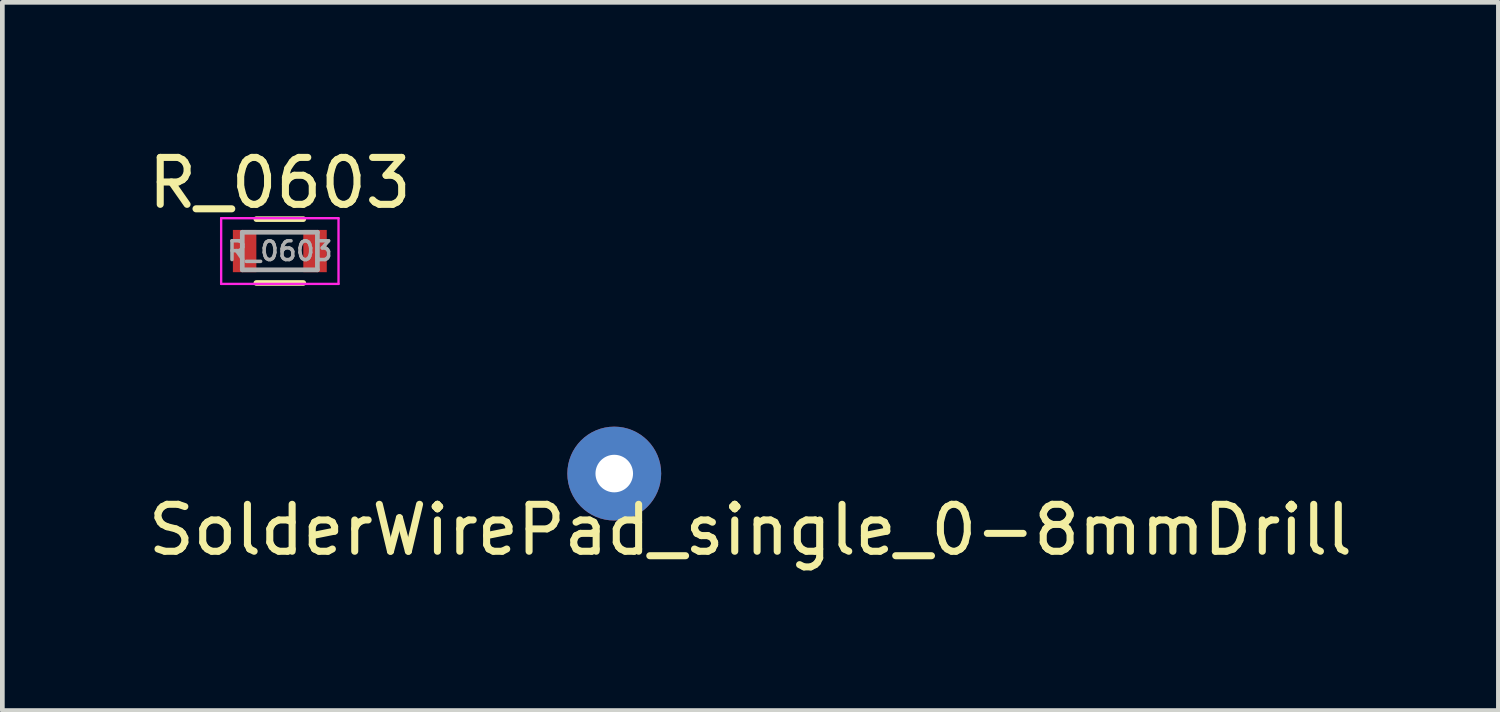
<source format=kicad_pcb>
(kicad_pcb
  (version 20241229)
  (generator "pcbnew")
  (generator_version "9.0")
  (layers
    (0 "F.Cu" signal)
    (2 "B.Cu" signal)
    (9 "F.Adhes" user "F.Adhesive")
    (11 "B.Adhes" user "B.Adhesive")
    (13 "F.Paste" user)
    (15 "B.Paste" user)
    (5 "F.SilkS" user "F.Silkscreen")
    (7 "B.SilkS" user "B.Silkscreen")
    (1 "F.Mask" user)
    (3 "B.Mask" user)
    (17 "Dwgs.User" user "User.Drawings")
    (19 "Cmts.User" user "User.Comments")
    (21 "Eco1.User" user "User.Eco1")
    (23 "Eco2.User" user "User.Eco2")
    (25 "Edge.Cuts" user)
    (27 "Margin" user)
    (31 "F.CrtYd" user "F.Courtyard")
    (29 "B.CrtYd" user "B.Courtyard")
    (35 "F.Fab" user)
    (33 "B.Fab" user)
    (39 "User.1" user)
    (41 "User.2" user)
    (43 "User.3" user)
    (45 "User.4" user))
  (footprint "SolderWirePad_single_0-8mmDrill"
    (layer "F.Cu")
    (at 10.035 7.038)
    (property "Reference" "SolderWirePad_single_0-8mmDrill" (at 2.9 1.2 0) (layer "F.SilkS") (effects (font (size 1 1) (thickness 0.15))))
    (attr through_hole)
    (pad "1" thru_hole circle (at 0 0) (size 1.999 1.999) (drill 0.8) (layers "*.Cu" "*.Mask")))
  (footprint "R_0603"
    (layer "F.Cu")
    (at 2.911 2.298)
    (property "Reference" "R_0603" (at 0 -1.45 0) (layer "F.SilkS") (effects (font (size 1 1) (thickness 0.15))))
    (attr smd)
    (fp_line (start -0.5 -0.68) (end 0.5 -0.68) (stroke (width 0.12) (type solid)) (layer "F.SilkS"))
    (fp_line (start 0.5 0.68) (end -0.5 0.68) (stroke (width 0.12) (type solid)) (layer "F.SilkS"))
    (fp_line (start -1.25 -0.7) (end -1.25 0.7) (stroke (width 0.05) (type solid)) (layer "F.CrtYd"))
    (fp_line (start -1.25 -0.7) (end 1.25 -0.7) (stroke (width 0.05) (type solid)) (layer "F.CrtYd"))
    (fp_line (start 1.25 0.7) (end -1.25 0.7) (stroke (width 0.05) (type solid)) (layer "F.CrtYd"))
    (fp_line (start 1.25 0.7) (end 1.25 -0.7) (stroke (width 0.05) (type solid)) (layer "F.CrtYd"))
    (fp_line (start -0.8 -0.4) (end 0.8 -0.4) (stroke (width 0.1) (type solid)) (layer "F.Fab"))
    (fp_line (start -0.8 0.4) (end -0.8 -0.4) (stroke (width 0.1) (type solid)) (layer "F.Fab"))
    (fp_line (start 0.8 -0.4) (end 0.8 0.4) (stroke (width 0.1) (type solid)) (layer "F.Fab"))
    (fp_line (start 0.8 0.4) (end -0.8 0.4) (stroke (width 0.1) (type solid)) (layer "F.Fab"))
    (fp_text user "${REFERENCE}" (at 0 0 0) (layer "F.Fab") (effects (font (size 0.4 0.4) (thickness 0.075))))
    (pad "1" smd rect (at -0.75 0) (size 0.5 0.9) (layers "F.Cu" "F.Mask" "F.Paste"))
    (pad "2" smd rect (at 0.75 0) (size 0.5 0.9) (layers "F.Cu" "F.Mask" "F.Paste")))
  (gr_rect
    (start -3 -3)
    (end 28.869 12.086)
    (stroke (width 0.1) (type default))
    (fill no)
    (layer "Edge.Cuts")))
</source>
